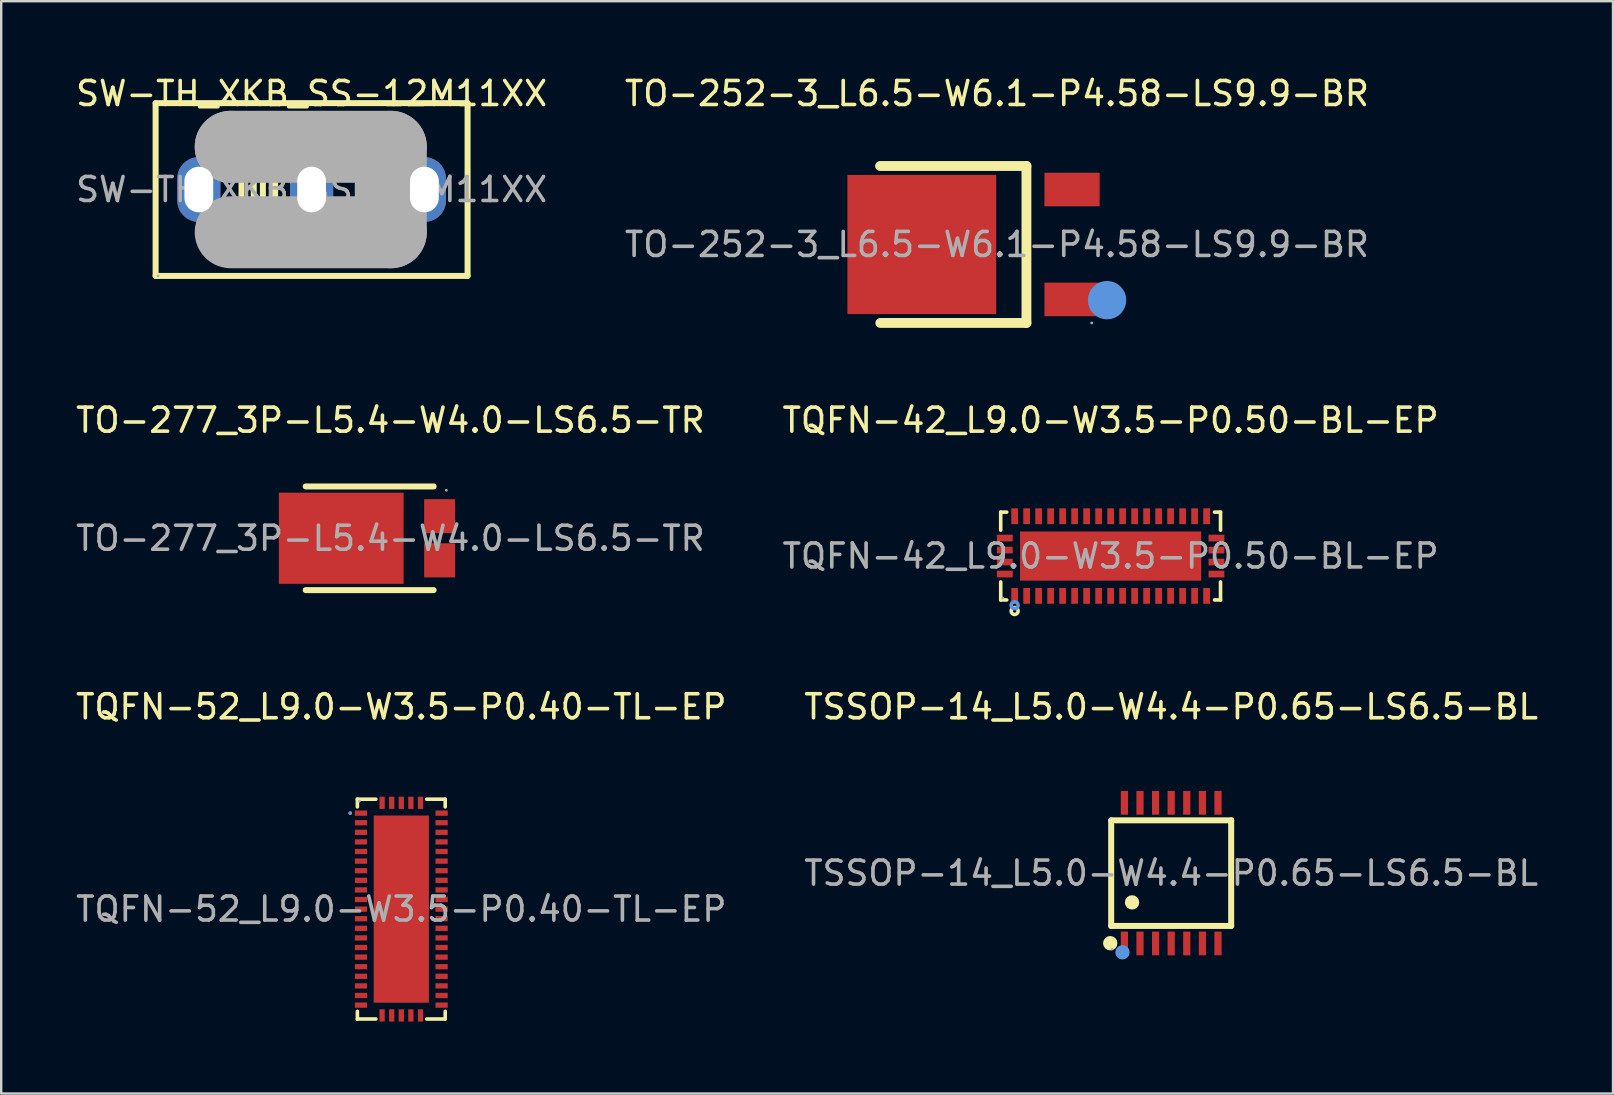
<source format=kicad_pcb>
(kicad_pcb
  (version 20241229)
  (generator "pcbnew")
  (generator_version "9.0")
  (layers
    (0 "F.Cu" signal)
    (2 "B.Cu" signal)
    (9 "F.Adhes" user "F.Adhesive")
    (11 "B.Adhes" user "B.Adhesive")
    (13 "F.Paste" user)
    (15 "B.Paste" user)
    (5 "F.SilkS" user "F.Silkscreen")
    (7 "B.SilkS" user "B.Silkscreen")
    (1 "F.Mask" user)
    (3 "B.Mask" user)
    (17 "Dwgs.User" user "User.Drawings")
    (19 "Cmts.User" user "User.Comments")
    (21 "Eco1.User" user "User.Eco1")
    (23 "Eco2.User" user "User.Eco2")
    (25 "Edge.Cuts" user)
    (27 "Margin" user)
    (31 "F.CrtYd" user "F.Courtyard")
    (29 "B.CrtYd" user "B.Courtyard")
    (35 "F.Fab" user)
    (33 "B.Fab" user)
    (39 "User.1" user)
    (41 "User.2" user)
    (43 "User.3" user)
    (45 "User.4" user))
  (footprint "TO-277_3P-L5.4-W4.0-LS6.5-TR"
    (layer "F.Cu")
    (at 13.22 19.381)
    (property "Reference" "TO-277_3P-L5.4-W4.0-LS6.5-TR" (at 0 -4.92 0) (layer "F.SilkS") (effects (font (size 1 1) (thickness 0.15))))
    (attr smd)
    (fp_line (start -3.53 2.16) (end 1.8 2.16) (stroke (width 0.25) (type solid)) (layer "F.SilkS"))
    (fp_line (start 1.8 -2.16) (end -3.53 -2.16) (stroke (width 0.25) (type solid)) (layer "F.SilkS"))
    (fp_circle (center 2.33 -2) (end 2.36 -2) (stroke (width 0.06) (type solid)) (fill no) (layer "F.Fab"))
    (fp_text user "${REFERENCE}" (at 0 0 0) (layer "F.Fab") (effects (font (size 1 1) (thickness 0.15))))
    (pad "1" smd rect (at 2.05 -0.92) (size 1.29 1.42) (layers "F.Cu" "F.Mask" "F.Paste"))
    (pad "2" smd rect (at -2.05 0) (size 5.2 3.8) (layers "F.Cu" "F.Mask" "F.Paste"))
    (pad "3" smd rect (at 2.05 0.92) (size 1.29 1.42) (layers "F.Cu" "F.Mask" "F.Paste")))
  (footprint "TSSOP-14_L5.0-W4.4-P0.65-LS6.5-BL"
    (layer "F.Cu")
    (at 45.756 33.335)
    (property "Reference" "TSSOP-14_L5.0-W4.4-P0.65-LS6.5-BL" (at 0 -6.93 0) (layer "F.SilkS") (effects (font (size 1 1) (thickness 0.15))))
    (attr smd)
    (fp_line (start -2.5 2.2) (end -2.5 -2.2) (stroke (width 0.25) (type solid)) (layer "F.SilkS"))
    (fp_line (start -2.5 2.2) (end 2.5 2.2) (stroke (width 0.25) (type solid)) (layer "F.SilkS"))
    (fp_line (start 2.5 -2.2) (end -2.5 -2.2) (stroke (width 0.25) (type solid)) (layer "F.SilkS"))
    (fp_line (start 2.5 -2.2) (end 2.5 2.2) (stroke (width 0.25) (type solid)) (layer "F.SilkS"))
    (fp_circle (center -2.54 2.92) (end -2.39 2.92) (stroke (width 0.3) (type solid)) (fill no) (layer "F.SilkS"))
    (fp_circle (center -1.63 1.22) (end -1.48 1.22) (stroke (width 0.3) (type solid)) (fill no) (layer "F.SilkS"))
    (fp_circle (center -2.03 3.3) (end -1.88 3.3) (stroke (width 0.3) (type solid)) (fill no) (layer "Cmts.User"))
    (fp_circle (center -2.47 3.17) (end -2.44 3.17) (stroke (width 0.06) (type solid)) (fill no) (layer "F.Fab"))
    (fp_text user "${REFERENCE}" (at 0 0 0) (layer "F.Fab") (effects (font (size 1 1) (thickness 0.15))))
    (pad "1" smd rect (at -1.95 2.93) (size 0.3 0.99) (layers "F.Cu" "F.Mask" "F.Paste"))
    (pad "2" smd rect (at -1.3 2.93) (size 0.3 0.99) (layers "F.Cu" "F.Mask" "F.Paste"))
    (pad "3" smd rect (at -0.65 2.93) (size 0.3 0.99) (layers "F.Cu" "F.Mask" "F.Paste"))
    (pad "4" smd rect (at 0 2.93) (size 0.3 0.99) (layers "F.Cu" "F.Mask" "F.Paste"))
    (pad "5" smd rect (at 0.65 2.93) (size 0.3 0.99) (layers "F.Cu" "F.Mask" "F.Paste"))
    (pad "6" smd rect (at 1.3 2.93) (size 0.3 0.99) (layers "F.Cu" "F.Mask" "F.Paste"))
    (pad "7" smd rect (at 1.95 2.93) (size 0.3 0.99) (layers "F.Cu" "F.Mask" "F.Paste"))
    (pad "8" smd rect (at 1.95 -2.93) (size 0.3 0.99) (layers "F.Cu" "F.Mask" "F.Paste"))
    (pad "9" smd rect (at 1.3 -2.93) (size 0.3 0.99) (layers "F.Cu" "F.Mask" "F.Paste"))
    (pad "10" smd rect (at 0.65 -2.93) (size 0.3 0.99) (layers "F.Cu" "F.Mask" "F.Paste"))
    (pad "11" smd rect (at 0 -2.93) (size 0.3 0.99) (layers "F.Cu" "F.Mask" "F.Paste"))
    (pad "12" smd rect (at -0.65 -2.93) (size 0.3 0.99) (layers "F.Cu" "F.Mask" "F.Paste"))
    (pad "13" smd rect (at -1.3 -2.93) (size 0.3 0.99) (layers "F.Cu" "F.Mask" "F.Paste"))
    (pad "14" smd rect (at -1.95 -2.93) (size 0.3 0.99) (layers "F.Cu" "F.Mask" "F.Paste")))
  (footprint "SW-TH_XKB_SS-12M11XX"
    (layer "F.Cu")
    (at 9.935 4.848)
    (property "Reference" "SW-TH_XKB_SS-12M11XX" (at 0 -4 0) (layer "F.SilkS") (effects (font (size 1 1) (thickness 0.15))))
    (attr through_hole)
    (fp_line (start -6.5 -3.6) (end -6.5 3.6) (stroke (width 0.25) (type solid)) (layer "F.SilkS"))
    (fp_line (start -6.5 -3.6) (end 6.5 -3.6) (stroke (width 0.25) (type solid)) (layer "F.SilkS"))
    (fp_line (start -6.5 3.6) (end 6.5 3.6) (stroke (width 0.25) (type solid)) (layer "F.SilkS"))
    (fp_line (start -2.92 -1.65) (end -2.92 1.65) (stroke (width 0.25) (type solid)) (layer "F.SilkS"))
    (fp_line (start -2.41 -1.65) (end -2.41 1.65) (stroke (width 0.25) (type solid)) (layer "F.SilkS"))
    (fp_line (start -2.03 -1.65) (end -2.03 1.65) (stroke (width 0.25) (type solid)) (layer "F.SilkS"))
    (fp_line (start -1.52 -1.65) (end -1.52 1.65) (stroke (width 0.25) (type solid)) (layer "F.SilkS"))
    (fp_line (start 6.5 -3.6) (end 6.5 3.6) (stroke (width 0.25) (type solid)) (layer "F.SilkS"))
    (fp_line (start -3.37 -1.78) (end -3.37 -1.78) (stroke (width 3) (type solid)) (layer "F.Fab"))
    (fp_line (start -3.37 -1.78) (end 3.3 -1.78) (stroke (width 3) (type solid)) (layer "F.Fab"))
    (fp_line (start 3.3 -1.78) (end 3.3 1.78) (stroke (width 3) (type solid)) (layer "F.Fab"))
    (fp_line (start 3.3 1.78) (end -3.37 1.78) (stroke (width 3) (type solid)) (layer "F.Fab"))
    (fp_circle (center -6.4 3.6) (end -6.37 3.6) (stroke (width 0.06) (type solid)) (fill no) (layer "F.Fab"))
    (fp_text user "${REFERENCE}" (at 0 0 0) (layer "F.Fab") (effects (font (size 1 1) (thickness 0.15))))
    (pad "1" thru_hole oval (at -4.7 0) (size 1.8 2.7) (drill oval 1.2 1.9) (layers "*.Cu" "*.Mask"))
    (pad "2" thru_hole oval (at 0 0) (size 1.8 2.7) (drill oval 1.2 1.9) (layers "*.Cu" "*.Mask"))
    (pad "3" thru_hole oval (at 4.7 0) (size 1.8 2.7) (drill oval 1.2 1.9) (layers "*.Cu" "*.Mask")))
  (footprint "TQFN-42_L9.0-W3.5-P0.50-BL-EP"
    (layer "F.Cu")
    (at 43.232 20.122)
    (property "Reference" "TQFN-42_L9.0-W3.5-P0.50-BL-EP" (at 0 -5.66 0) (layer "F.SilkS") (effects (font (size 1 1) (thickness 0.15))))
    (attr through_hole)
    (fp_line (start -4.58 -1.83) (end -4.33 -1.83) (stroke (width 0.15) (type solid)) (layer "F.SilkS"))
    (fp_line (start -4.58 -1.08) (end -4.58 -1.83) (stroke (width 0.15) (type solid)) (layer "F.SilkS"))
    (fp_line (start -4.58 1.08) (end -4.58 1.83) (stroke (width 0.15) (type solid)) (layer "F.SilkS"))
    (fp_line (start -4.58 1.83) (end -4.33 1.83) (stroke (width 0.15) (type solid)) (layer "F.SilkS"))
    (fp_line (start 4.58 -1.83) (end 4.33 -1.83) (stroke (width 0.15) (type solid)) (layer "F.SilkS"))
    (fp_line (start 4.58 -1.08) (end 4.58 -1.83) (stroke (width 0.15) (type solid)) (layer "F.SilkS"))
    (fp_line (start 4.58 1.08) (end 4.58 1.83) (stroke (width 0.15) (type solid)) (layer "F.SilkS"))
    (fp_line (start 4.58 1.83) (end 4.33 1.83) (stroke (width 0.15) (type solid)) (layer "F.SilkS"))
    (fp_circle (center -4 2.29) (end -3.93 2.29) (stroke (width 0.15) (type solid)) (fill no) (layer "F.SilkS"))
    (fp_circle (center -4 2.05) (end -3.93 2.05) (stroke (width 0.15) (type solid)) (fill no) (layer "Cmts.User"))
    (fp_circle (center -4.5 1.75) (end -4.47 1.75) (stroke (width 0.06) (type solid)) (fill no) (layer "F.Fab"))
    (fp_text user "${REFERENCE}" (at 0 0 0) (layer "F.Fab") (effects (font (size 1 1) (thickness 0.15))))
    (pad "1" smd rect (at -4 1.66) (size 0.28 0.66) (layers "F.Cu" "F.Mask" "F.Paste"))
    (pad "2" smd rect (at -3.5 1.66) (size 0.28 0.66) (layers "F.Cu" "F.Mask" "F.Paste"))
    (pad "3" smd rect (at -3 1.66) (size 0.28 0.66) (layers "F.Cu" "F.Mask" "F.Paste"))
    (pad "4" smd rect (at -2.5 1.66) (size 0.28 0.66) (layers "F.Cu" "F.Mask" "F.Paste"))
    (pad "5" smd rect (at -2 1.66) (size 0.28 0.66) (layers "F.Cu" "F.Mask" "F.Paste"))
    (pad "6" smd rect (at -1.5 1.66) (size 0.28 0.66) (layers "F.Cu" "F.Mask" "F.Paste"))
    (pad "7" smd rect (at -1 1.66) (size 0.28 0.66) (layers "F.Cu" "F.Mask" "F.Paste"))
    (pad "8" smd rect (at -0.5 1.66) (size 0.28 0.66) (layers "F.Cu" "F.Mask" "F.Paste"))
    (pad "9" smd rect (at 0 1.66) (size 0.28 0.66) (layers "F.Cu" "F.Mask" "F.Paste"))
    (pad "10" smd rect (at 0.5 1.66) (size 0.28 0.66) (layers "F.Cu" "F.Mask" "F.Paste"))
    (pad "11" smd rect (at 1 1.66) (size 0.28 0.66) (layers "F.Cu" "F.Mask" "F.Paste"))
    (pad "12" smd rect (at 1.5 1.66) (size 0.28 0.66) (layers "F.Cu" "F.Mask" "F.Paste"))
    (pad "13" smd rect (at 2 1.66) (size 0.28 0.66) (layers "F.Cu" "F.Mask" "F.Paste"))
    (pad "14" smd rect (at 2.5 1.66) (size 0.28 0.66) (layers "F.Cu" "F.Mask" "F.Paste"))
    (pad "15" smd rect (at 3 1.66) (size 0.28 0.66) (layers "F.Cu" "F.Mask" "F.Paste"))
    (pad "16" smd rect (at 3.5 1.66) (size 0.28 0.66) (layers "F.Cu" "F.Mask" "F.Paste"))
    (pad "17" smd rect (at 4 1.66) (size 0.28 0.66) (layers "F.Cu" "F.Mask" "F.Paste"))
    (pad "18" smd rect (at 4.41 0.75) (size 0.66 0.28) (layers "F.Cu" "F.Mask" "F.Paste"))
    (pad "19" smd rect (at 4.41 0.25) (size 0.66 0.28) (layers "F.Cu" "F.Mask" "F.Paste"))
    (pad "20" smd rect (at 4.41 -0.25) (size 0.66 0.28) (layers "F.Cu" "F.Mask" "F.Paste"))
    (pad "21" smd rect (at 4.41 -0.75) (size 0.66 0.28) (layers "F.Cu" "F.Mask" "F.Paste"))
    (pad "22" smd rect (at 4 -1.66) (size 0.28 0.66) (layers "F.Cu" "F.Mask" "F.Paste"))
    (pad "23" smd rect (at 3.5 -1.66) (size 0.28 0.66) (layers "F.Cu" "F.Mask" "F.Paste"))
    (pad "24" smd rect (at 3 -1.66) (size 0.28 0.66) (layers "F.Cu" "F.Mask" "F.Paste"))
    (pad "25" smd rect (at 2.5 -1.66) (size 0.28 0.66) (layers "F.Cu" "F.Mask" "F.Paste"))
    (pad "26" smd rect (at 2 -1.66) (size 0.28 0.66) (layers "F.Cu" "F.Mask" "F.Paste"))
    (pad "27" smd rect (at 1.5 -1.66) (size 0.28 0.66) (layers "F.Cu" "F.Mask" "F.Paste"))
    (pad "28" smd rect (at 1 -1.66) (size 0.28 0.66) (layers "F.Cu" "F.Mask" "F.Paste"))
    (pad "29" smd rect (at 0.5 -1.66) (size 0.28 0.66) (layers "F.Cu" "F.Mask" "F.Paste"))
    (pad "30" smd rect (at 0 -1.66) (size 0.28 0.66) (layers "F.Cu" "F.Mask" "F.Paste"))
    (pad "31" smd rect (at -0.5 -1.66) (size 0.28 0.66) (layers "F.Cu" "F.Mask" "F.Paste"))
    (pad "32" smd rect (at -1 -1.66) (size 0.28 0.66) (layers "F.Cu" "F.Mask" "F.Paste"))
    (pad "33" smd rect (at -1.5 -1.66) (size 0.28 0.66) (layers "F.Cu" "F.Mask" "F.Paste"))
    (pad "34" smd rect (at -2 -1.66) (size 0.28 0.66) (layers "F.Cu" "F.Mask" "F.Paste"))
    (pad "35" smd rect (at -2.5 -1.66) (size 0.28 0.66) (layers "F.Cu" "F.Mask" "F.Paste"))
    (pad "36" smd rect (at -3 -1.66) (size 0.28 0.66) (layers "F.Cu" "F.Mask" "F.Paste"))
    (pad "37" smd rect (at -3.5 -1.66) (size 0.28 0.66) (layers "F.Cu" "F.Mask" "F.Paste"))
    (pad "38" smd rect (at -4 -1.66) (size 0.28 0.66) (layers "F.Cu" "F.Mask" "F.Paste"))
    (pad "39" smd rect (at -4.41 -0.75) (size 0.66 0.28) (layers "F.Cu" "F.Mask" "F.Paste"))
    (pad "40" smd rect (at -4.41 -0.25) (size 0.66 0.28) (layers "F.Cu" "F.Mask" "F.Paste"))
    (pad "41" smd rect (at -4.41 0.25) (size 0.66 0.28) (layers "F.Cu" "F.Mask" "F.Paste"))
    (pad "42" smd rect (at -4.41 0.75) (size 0.66 0.28) (layers "F.Cu" "F.Mask" "F.Paste"))
    (pad "43" smd rect (at 0 0) (size 7.55 2.05) (layers "F.Cu" "F.Mask" "F.Paste")))
  (footprint "TO-252-3_L6.5-W6.1-P4.58-LS9.9-BR"
    (layer "F.Cu")
    (at 38.494 7.138)
    (property "Reference" "TO-252-3_L6.5-W6.1-P4.58-LS9.9-BR" (at 0 -6.29 0) (layer "F.SilkS") (effects (font (size 1 1) (thickness 0.15))))
    (attr smd)
    (fp_line (start -4.87 -3.27) (end 1.23 -3.27) (stroke (width 0.41) (type solid)) (layer "F.SilkS"))
    (fp_line (start 1.23 -3.27) (end 1.23 3.27) (stroke (width 0.41) (type solid)) (layer "F.SilkS"))
    (fp_line (start 1.23 3.27) (end -4.86 3.27) (stroke (width 0.41) (type solid)) (layer "F.SilkS"))
    (fp_circle (center 4.59 2.32) (end 4.99 2.32) (stroke (width 0.8) (type solid)) (fill no) (layer "Cmts.User"))
    (fp_circle (center 3.95 3.27) (end 3.98 3.27) (stroke (width 0.06) (type solid)) (fill no) (layer "F.Fab"))
    (fp_text user "${REFERENCE}" (at 0 0 0) (layer "F.Fab") (effects (font (size 1 1) (thickness 0.15))))
    (pad "1" smd rect (at 3.13 2.29) (size 2.3 1.4) (layers "F.Cu" "F.Mask" "F.Paste"))
    (pad "2" smd rect (at -3.13 0) (size 6.2 5.8) (layers "F.Cu" "F.Mask" "F.Paste"))
    (pad "3" smd rect (at 3.13 -2.29) (size 2.3 1.4) (layers "F.Cu" "F.Mask" "F.Paste")))
  (footprint "TQFN-52_L9.0-W3.5-P0.40-TL-EP"
    (layer "F.Cu")
    (at 13.673 34.835)
    (property "Reference" "TQFN-52_L9.0-W3.5-P0.40-TL-EP" (at 0 -8.43 0) (layer "F.SilkS") (effects (font (size 1 1) (thickness 0.15))))
    (attr through_hole)
    (fp_line (start -1.83 -4.58) (end -1.06 -4.58) (stroke (width 0.15) (type solid)) (layer "F.SilkS"))
    (fp_line (start -1.83 -4.26) (end -1.83 -4.58) (stroke (width 0.15) (type solid)) (layer "F.SilkS"))
    (fp_line (start -1.83 4.26) (end -1.83 4.58) (stroke (width 0.15) (type solid)) (layer "F.SilkS"))
    (fp_line (start -1.83 4.58) (end -1.06 4.58) (stroke (width 0.15) (type solid)) (layer "F.SilkS"))
    (fp_line (start 1.83 -4.58) (end 1.06 -4.58) (stroke (width 0.15) (type solid)) (layer "F.SilkS"))
    (fp_line (start 1.83 -4.26) (end 1.83 -4.58) (stroke (width 0.15) (type solid)) (layer "F.SilkS"))
    (fp_line (start 1.83 4.26) (end 1.83 4.58) (stroke (width 0.15) (type solid)) (layer "F.SilkS"))
    (fp_line (start 1.83 4.58) (end 1.06 4.58) (stroke (width 0.15) (type solid)) (layer "F.SilkS"))
    (fp_circle (center -2.13 -4) (end -2.11 -4) (stroke (width 0.05) (type solid)) (fill no) (layer "F.SilkS"))
    (fp_circle (center -2.13 -4) (end -2.11 -4) (stroke (width 0.05) (type solid)) (fill no) (layer "Cmts.User"))
    (fp_circle (center -1.75 -4.5) (end -1.72 -4.5) (stroke (width 0.06) (type solid)) (fill no) (layer "F.Fab"))
    (fp_text user "${REFERENCE}" (at 0 0 0) (layer "F.Fab") (effects (font (size 1 1) (thickness 0.15))))
    (pad "1" smd rect (at -1.68 -4) (size 0.51 0.22) (layers "F.Cu" "F.Mask" "F.Paste"))
    (pad "2" smd rect (at -1.68 -3.6) (size 0.51 0.22) (layers "F.Cu" "F.Mask" "F.Paste"))
    (pad "3" smd rect (at -1.68 -3.2) (size 0.51 0.22) (layers "F.Cu" "F.Mask" "F.Paste"))
    (pad "4" smd rect (at -1.68 -2.8) (size 0.51 0.22) (layers "F.Cu" "F.Mask" "F.Paste"))
    (pad "5" smd rect (at -1.68 -2.4) (size 0.51 0.22) (layers "F.Cu" "F.Mask" "F.Paste"))
    (pad "6" smd rect (at -1.68 -2) (size 0.51 0.22) (layers "F.Cu" "F.Mask" "F.Paste"))
    (pad "7" smd rect (at -1.68 -1.6) (size 0.51 0.22) (layers "F.Cu" "F.Mask" "F.Paste"))
    (pad "8" smd rect (at -1.68 -1.2) (size 0.51 0.22) (layers "F.Cu" "F.Mask" "F.Paste"))
    (pad "9" smd rect (at -1.68 -0.8) (size 0.51 0.22) (layers "F.Cu" "F.Mask" "F.Paste"))
    (pad "10" smd rect (at -1.68 -0.4) (size 0.51 0.22) (layers "F.Cu" "F.Mask" "F.Paste"))
    (pad "11" smd rect (at -1.68 0) (size 0.51 0.22) (layers "F.Cu" "F.Mask" "F.Paste"))
    (pad "12" smd rect (at -1.68 0.4) (size 0.51 0.22) (layers "F.Cu" "F.Mask" "F.Paste"))
    (pad "13" smd rect (at -1.68 0.8) (size 0.51 0.22) (layers "F.Cu" "F.Mask" "F.Paste"))
    (pad "14" smd rect (at -1.68 1.2) (size 0.51 0.22) (layers "F.Cu" "F.Mask" "F.Paste"))
    (pad "15" smd rect (at -1.68 1.6) (size 0.51 0.22) (layers "F.Cu" "F.Mask" "F.Paste"))
    (pad "16" smd rect (at -1.68 2) (size 0.51 0.22) (layers "F.Cu" "F.Mask" "F.Paste"))
    (pad "17" smd rect (at -1.68 2.4) (size 0.51 0.22) (layers "F.Cu" "F.Mask" "F.Paste"))
    (pad "18" smd rect (at -1.68 2.8) (size 0.51 0.22) (layers "F.Cu" "F.Mask" "F.Paste"))
    (pad "19" smd rect (at -1.68 3.2) (size 0.51 0.22) (layers "F.Cu" "F.Mask" "F.Paste"))
    (pad "20" smd rect (at -1.68 3.6) (size 0.51 0.22) (layers "F.Cu" "F.Mask" "F.Paste"))
    (pad "21" smd rect (at -1.68 4) (size 0.51 0.22) (layers "F.Cu" "F.Mask" "F.Paste"))
    (pad "22" smd rect (at -0.8 4.43) (size 0.22 0.51) (layers "F.Cu" "F.Mask" "F.Paste"))
    (pad "23" smd rect (at -0.4 4.43) (size 0.22 0.51) (layers "F.Cu" "F.Mask" "F.Paste"))
    (pad "24" smd rect (at 0 4.43) (size 0.22 0.51) (layers "F.Cu" "F.Mask" "F.Paste"))
    (pad "25" smd rect (at 0.4 4.43) (size 0.22 0.51) (layers "F.Cu" "F.Mask" "F.Paste"))
    (pad "26" smd rect (at 0.8 4.43) (size 0.22 0.51) (layers "F.Cu" "F.Mask" "F.Paste"))
    (pad "27" smd rect (at 1.68 4) (size 0.51 0.22) (layers "F.Cu" "F.Mask" "F.Paste"))
    (pad "28" smd rect (at 1.68 3.6) (size 0.51 0.22) (layers "F.Cu" "F.Mask" "F.Paste"))
    (pad "29" smd rect (at 1.68 3.2) (size 0.51 0.22) (layers "F.Cu" "F.Mask" "F.Paste"))
    (pad "30" smd rect (at 1.68 2.8) (size 0.51 0.22) (layers "F.Cu" "F.Mask" "F.Paste"))
    (pad "31" smd rect (at 1.68 2.4) (size 0.51 0.22) (layers "F.Cu" "F.Mask" "F.Paste"))
    (pad "32" smd rect (at 1.68 2) (size 0.51 0.22) (layers "F.Cu" "F.Mask" "F.Paste"))
    (pad "33" smd rect (at 1.68 1.6) (size 0.51 0.22) (layers "F.Cu" "F.Mask" "F.Paste"))
    (pad "34" smd rect (at 1.68 1.2) (size 0.51 0.22) (layers "F.Cu" "F.Mask" "F.Paste"))
    (pad "35" smd rect (at 1.68 0.8) (size 0.51 0.22) (layers "F.Cu" "F.Mask" "F.Paste"))
    (pad "36" smd rect (at 1.68 0.4) (size 0.51 0.22) (layers "F.Cu" "F.Mask" "F.Paste"))
    (pad "37" smd rect (at 1.68 0) (size 0.51 0.22) (layers "F.Cu" "F.Mask" "F.Paste"))
    (pad "38" smd rect (at 1.68 -0.4) (size 0.51 0.22) (layers "F.Cu" "F.Mask" "F.Paste"))
    (pad "39" smd rect (at 1.68 -0.8) (size 0.51 0.22) (layers "F.Cu" "F.Mask" "F.Paste"))
    (pad "40" smd rect (at 1.68 -1.2) (size 0.51 0.22) (layers "F.Cu" "F.Mask" "F.Paste"))
    (pad "41" smd rect (at 1.68 -1.6) (size 0.51 0.22) (layers "F.Cu" "F.Mask" "F.Paste"))
    (pad "42" smd rect (at 1.68 -2) (size 0.51 0.22) (layers "F.Cu" "F.Mask" "F.Paste"))
    (pad "43" smd rect (at 1.68 -2.4) (size 0.51 0.22) (layers "F.Cu" "F.Mask" "F.Paste"))
    (pad "44" smd rect (at 1.68 -2.8) (size 0.51 0.22) (layers "F.Cu" "F.Mask" "F.Paste"))
    (pad "45" smd rect (at 1.68 -3.2) (size 0.51 0.22) (layers "F.Cu" "F.Mask" "F.Paste"))
    (pad "46" smd rect (at 1.68 -3.6) (size 0.51 0.22) (layers "F.Cu" "F.Mask" "F.Paste"))
    (pad "47" smd rect (at 1.68 -4) (size 0.51 0.22) (layers "F.Cu" "F.Mask" "F.Paste"))
    (pad "48" smd rect (at 0.8 -4.43) (size 0.22 0.51) (layers "F.Cu" "F.Mask" "F.Paste"))
    (pad "49" smd rect (at 0.4 -4.43) (size 0.22 0.51) (layers "F.Cu" "F.Mask" "F.Paste"))
    (pad "50" smd rect (at 0 -4.43) (size 0.22 0.51) (layers "F.Cu" "F.Mask" "F.Paste"))
    (pad "51" smd rect (at -0.4 -4.43) (size 0.22 0.51) (layers "F.Cu" "F.Mask" "F.Paste"))
    (pad "52" smd rect (at -0.8 -4.43) (size 0.22 0.51) (layers "F.Cu" "F.Mask" "F.Paste"))
    (pad "53" smd rect (at 0 0) (size 2.3 7.8) (layers "F.Cu" "F.Mask" "F.Paste")))
  (gr_rect
    (start -3 -3)
    (end 64.167 42.52)
    (stroke (width 0.1) (type default))
    (fill no)
    (layer "Edge.Cuts")))
</source>
